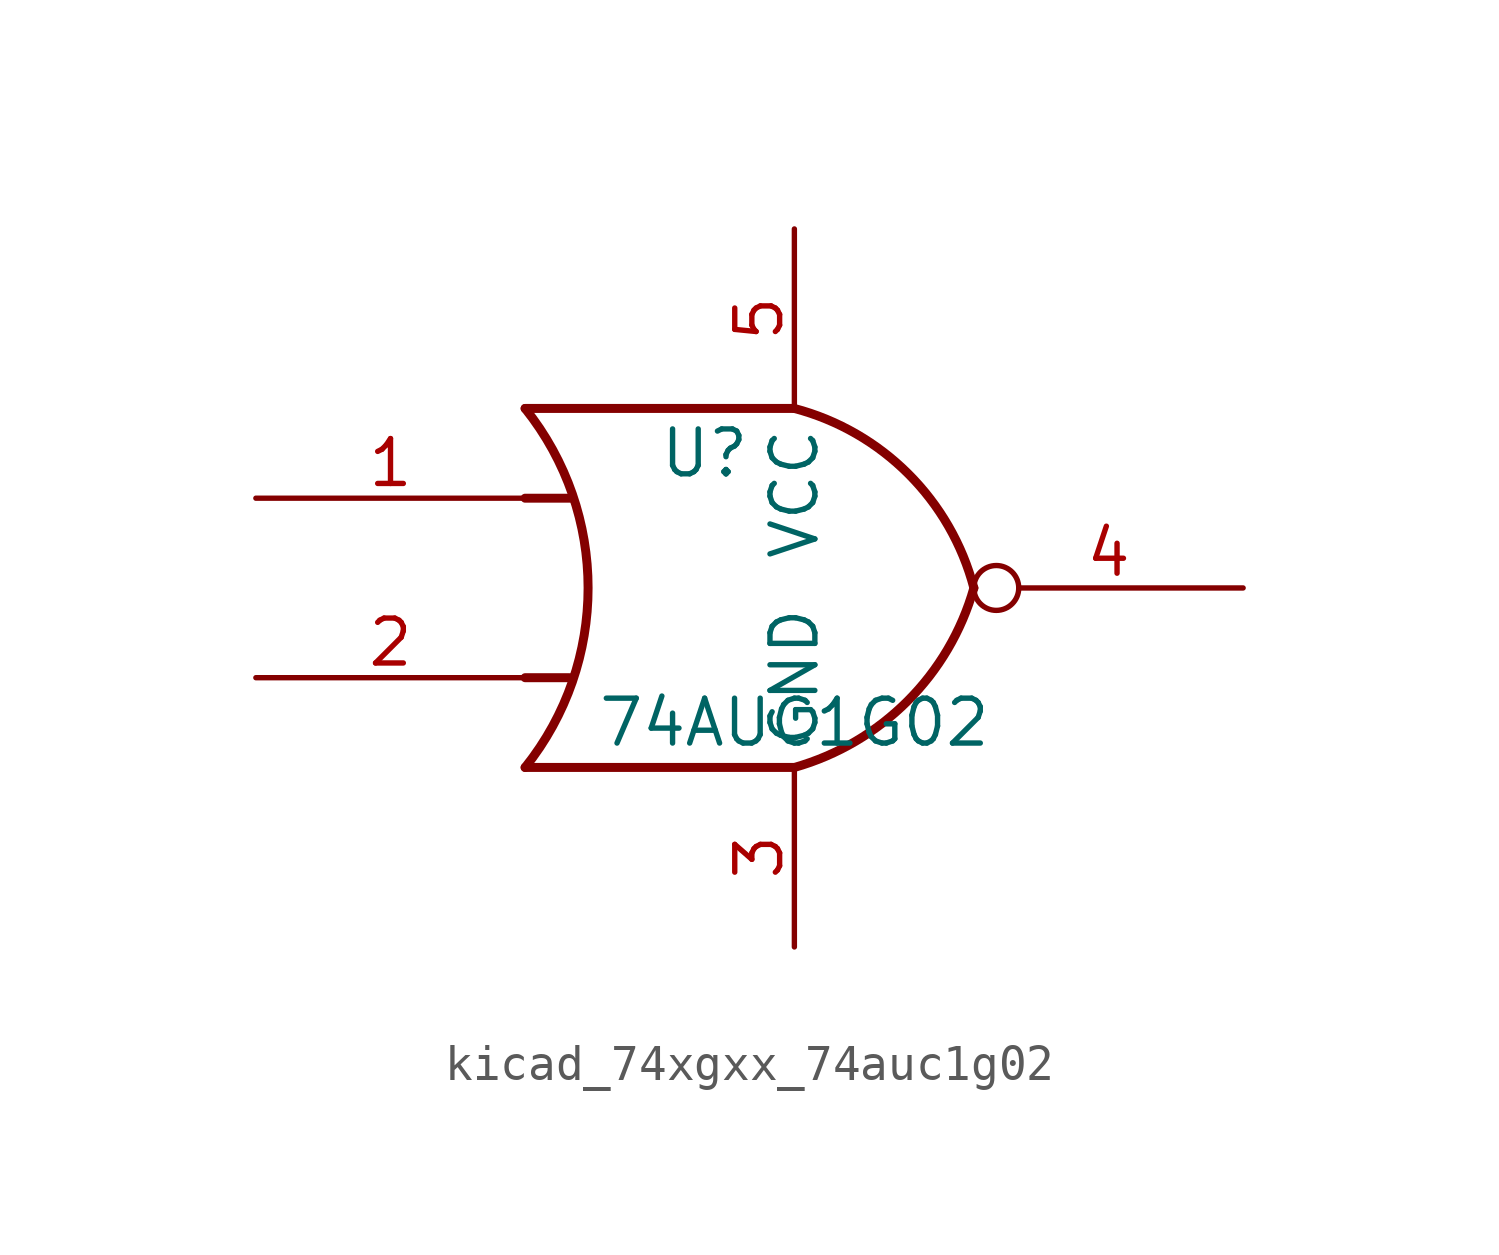
<source format=kicad_sym>
(kicad_symbol_lib
  (version 20220914)
  (generator kicad_symbol_editor)
  (symbol "kicad_74xgxx_74auc1g02"
    (property "Reference" "U"
      (at -2.54 3.81 0)
      (effects (font (size 1.27 1.27))))
    (property "Value" "74AUC1G02"
      (at 0 -3.81 0)
      (effects (font (size 1.27 1.27))))
    (symbol "kicad_74xgxx_74auc1g02_0_1"
      (arc (start -7.62 -5.08) (mid -5.838 0) (end -7.62 5.08) (stroke (width 0.254) (type default)) (fill (type none)))
      (arc (start 0 -5.08) (mid 3.1986 -3.2054) (end 5.08 0) (stroke (width 0.254) (type default)) (fill (type none)))
      (polyline (pts (xy -7.62 -2.54) (xy -6.35 -2.54)) (stroke (width 0.254) (type default)) (fill (type background)))
      (polyline (pts (xy -7.62 2.54) (xy -6.35 2.54)) (stroke (width 0.254) (type default)) (fill (type background)))
      (polyline (pts (xy 0 -5.08) (xy -7.62 -5.08)) (stroke (width 0.254) (type default)) (fill (type background)))
      (polyline (pts (xy 0 5.08) (xy -7.62 5.08)) (stroke (width 0.254) (type default)) (fill (type background)))
      (arc (start 5.08 0) (mid 3.2238 3.2304) (end 0 5.08) (stroke (width 0.254) (type default)) (fill (type none))))
    (symbol "kicad_74xgxx_74auc1g02_1_1"
      (pin input line (at -15.24 2.54 0) (length 7.62) (name "~" (effects (font (size 1.27 1.27)))) (number "1" (effects (font (size 1.27 1.27)))))
      (pin input line (at -15.24 -2.54 0) (length 7.62) (name "~" (effects (font (size 1.27 1.27)))) (number "2" (effects (font (size 1.27 1.27)))))
      (pin power_in line (at 0 -10.16 90) (length 5.08) (name "GND" (effects (font (size 1.27 1.27)))) (number "3" (effects (font (size 1.27 1.27)))))
      (pin output inverted (at 12.7 0 180) (length 7.62) (name "~" (effects (font (size 1.27 1.27)))) (number "4" (effects (font (size 1.27 1.27)))))
      (pin power_in line (at 0 10.16 270) (length 5.08) (name "VCC" (effects (font (size 1.27 1.27)))) (number "5" (effects (font (size 1.27 1.27))))))))
</source>
